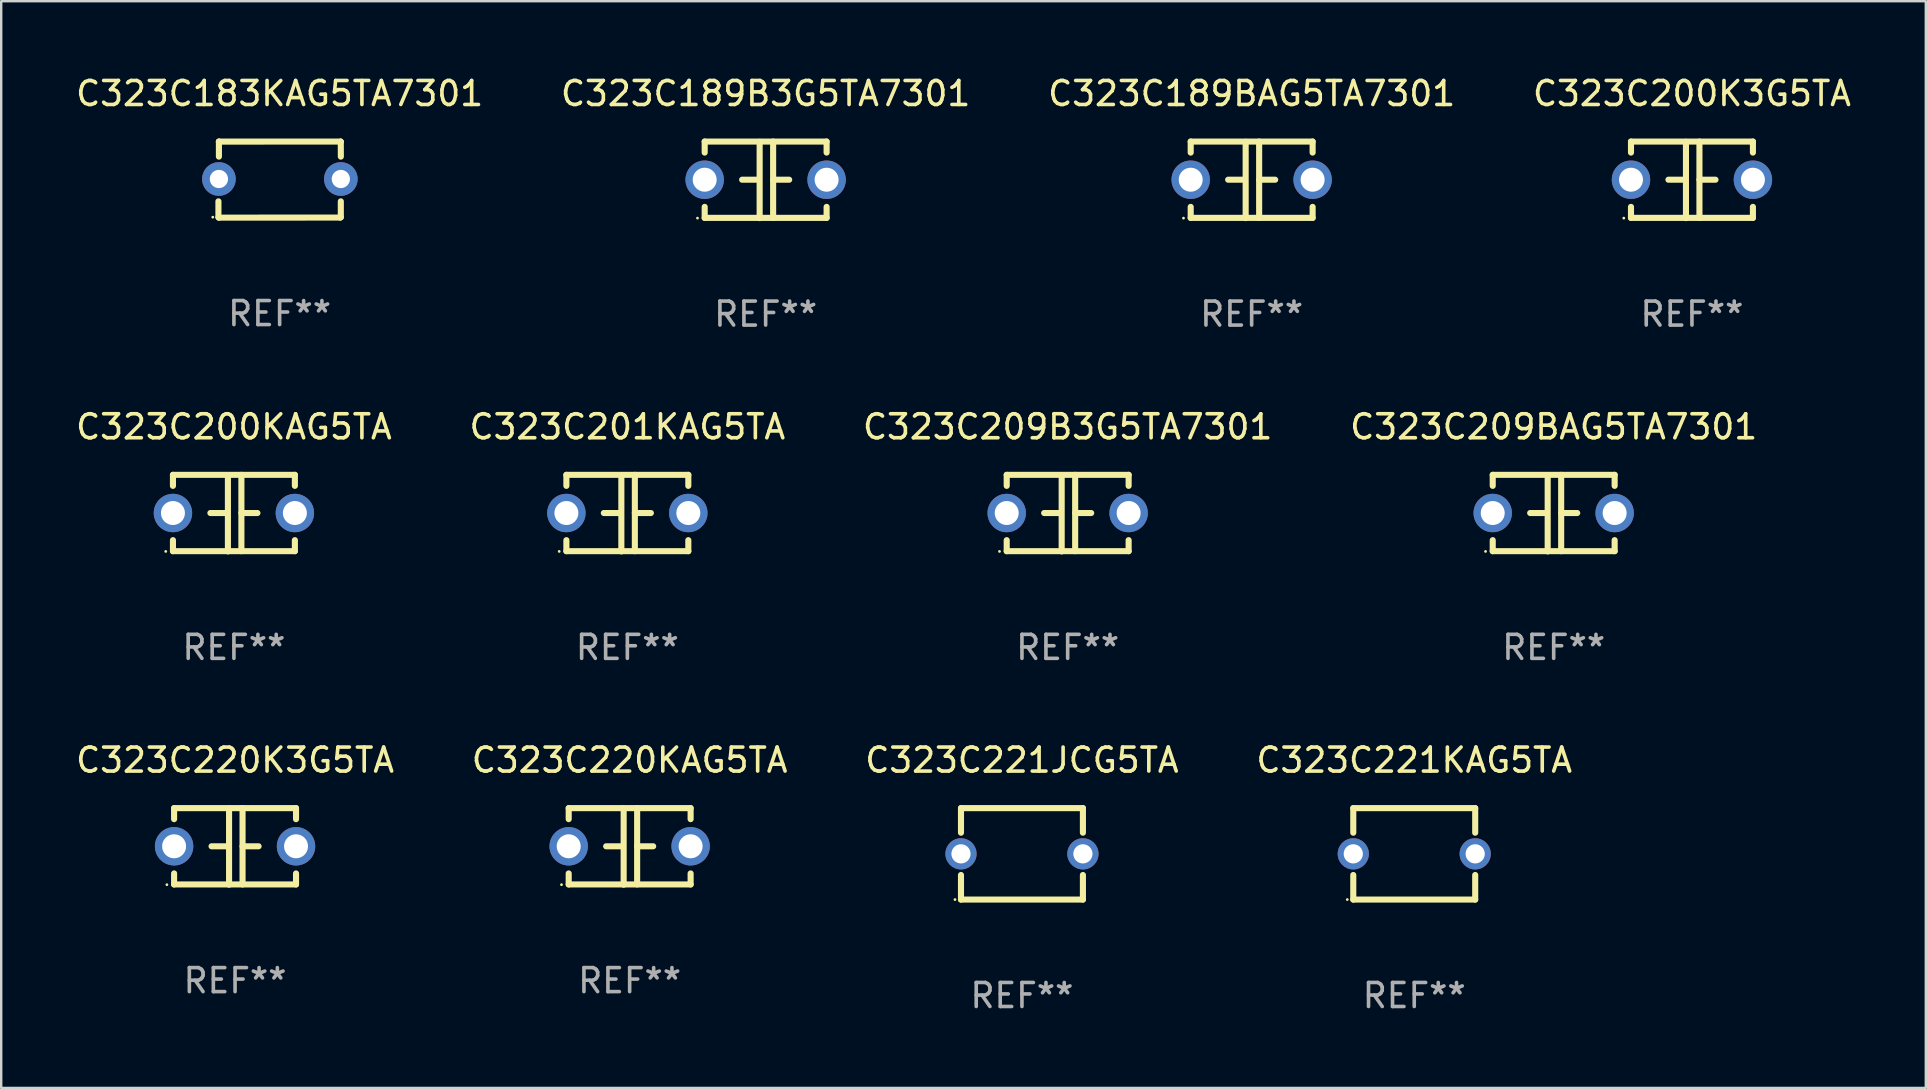
<source format=kicad_pcb>
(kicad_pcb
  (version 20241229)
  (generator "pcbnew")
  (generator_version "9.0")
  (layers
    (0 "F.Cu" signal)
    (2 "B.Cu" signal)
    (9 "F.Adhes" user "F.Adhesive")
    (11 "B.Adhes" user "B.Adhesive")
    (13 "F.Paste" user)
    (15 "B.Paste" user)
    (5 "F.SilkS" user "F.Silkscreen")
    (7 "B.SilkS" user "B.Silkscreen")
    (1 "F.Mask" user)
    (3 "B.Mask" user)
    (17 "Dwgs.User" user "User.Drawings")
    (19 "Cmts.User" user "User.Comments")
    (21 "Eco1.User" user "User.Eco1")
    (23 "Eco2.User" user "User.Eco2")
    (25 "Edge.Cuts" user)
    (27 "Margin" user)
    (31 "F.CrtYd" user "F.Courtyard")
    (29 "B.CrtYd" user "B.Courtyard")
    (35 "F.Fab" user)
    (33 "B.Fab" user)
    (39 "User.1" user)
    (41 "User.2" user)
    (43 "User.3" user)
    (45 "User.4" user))
  (footprint "C323C189BAG5TA7301"
    (layer "F.Cu")
    (at 49.101 4.443)
    (property "Reference" "C323C189BAG5TA7301" (at 0 -3.595 0) (layer "F.SilkS") (effects (font (size 1 1) (thickness 0.15))))
    (attr through_hole)
    (fp_line (start -2.54 -1.595) (end -2.54 -1.136) (stroke (width 0.254) (type solid)) (layer "F.SilkS"))
    (fp_line (start -2.54 -1.595) (end 2.54 -1.595) (stroke (width 0.254) (type solid)) (layer "F.SilkS"))
    (fp_line (start -2.54 1.126) (end -2.54 1.585) (stroke (width 0.254) (type solid)) (layer "F.SilkS"))
    (fp_line (start -0.312 -0.005) (end -0.98 -0.005) (stroke (width 0.254) (type solid)) (layer "F.SilkS"))
    (fp_line (start -0.25 -1.585) (end -0.25 1.595) (stroke (width 0.254) (type solid)) (layer "F.SilkS"))
    (fp_line (start 0.312 -1.595) (end 0.312 1.585) (stroke (width 0.254) (type solid)) (layer "F.SilkS"))
    (fp_line (start 0.312 -0.005) (end 0.98 -0.005) (stroke (width 0.254) (type solid)) (layer "F.SilkS"))
    (fp_line (start 2.54 -1.595) (end 2.54 -1.136) (stroke (width 0.254) (type solid)) (layer "F.SilkS"))
    (fp_line (start 2.54 1.126) (end 2.54 1.585) (stroke (width 0.254) (type solid)) (layer "F.SilkS"))
    (fp_line (start 2.54 1.585) (end -2.54 1.585) (stroke (width 0.254) (type solid)) (layer "F.SilkS"))
    (fp_circle (center -2.84 1.595) (end -2.81 1.595) (stroke (width 0.06) (type solid)) (fill no) (layer "F.SilkS"))
    (fp_text user "REF**" (at 0 5.595 0) (layer "F.Fab") (effects (font (size 1 1) (thickness 0.15))))
    (pad "1" thru_hole circle (at -2.54 -0.005) (size 1.6 1.6) (drill 1) (layers "*.Cu" "*.Mask"))
    (pad "2" thru_hole circle (at 2.54 -0.005) (size 1.6 1.6) (drill 1) (layers "*.Cu" "*.Mask")))
  (footprint "C323C209BAG5TA7301"
    (layer "F.Cu")
    (at 61.685 18.33)
    (property "Reference" "C323C209BAG5TA7301" (at 0 -3.595 0) (layer "F.SilkS") (effects (font (size 1 1) (thickness 0.15))))
    (attr through_hole)
    (fp_line (start -2.54 -1.595) (end -2.54 -1.136) (stroke (width 0.254) (type solid)) (layer "F.SilkS"))
    (fp_line (start -2.54 -1.595) (end 2.54 -1.595) (stroke (width 0.254) (type solid)) (layer "F.SilkS"))
    (fp_line (start -2.54 1.126) (end -2.54 1.585) (stroke (width 0.254) (type solid)) (layer "F.SilkS"))
    (fp_line (start -0.312 -0.005) (end -0.98 -0.005) (stroke (width 0.254) (type solid)) (layer "F.SilkS"))
    (fp_line (start -0.25 -1.585) (end -0.25 1.595) (stroke (width 0.254) (type solid)) (layer "F.SilkS"))
    (fp_line (start 0.312 -1.595) (end 0.312 1.585) (stroke (width 0.254) (type solid)) (layer "F.SilkS"))
    (fp_line (start 0.312 -0.005) (end 0.98 -0.005) (stroke (width 0.254) (type solid)) (layer "F.SilkS"))
    (fp_line (start 2.54 -1.595) (end 2.54 -1.136) (stroke (width 0.254) (type solid)) (layer "F.SilkS"))
    (fp_line (start 2.54 1.126) (end 2.54 1.585) (stroke (width 0.254) (type solid)) (layer "F.SilkS"))
    (fp_line (start 2.54 1.585) (end -2.54 1.585) (stroke (width 0.254) (type solid)) (layer "F.SilkS"))
    (fp_circle (center -2.84 1.595) (end -2.81 1.595) (stroke (width 0.06) (type solid)) (fill no) (layer "F.SilkS"))
    (fp_text user "REF**" (at 0 5.595 0) (layer "F.Fab") (effects (font (size 1 1) (thickness 0.15))))
    (pad "1" thru_hole circle (at -2.54 -0.005) (size 1.6 1.6) (drill 1) (layers "*.Cu" "*.Mask"))
    (pad "2" thru_hole circle (at 2.54 -0.005) (size 1.6 1.6) (drill 1) (layers "*.Cu" "*.Mask")))
  (footprint "C323C220KAG5TA"
    (layer "F.Cu")
    (at 23.185 32.216)
    (property "Reference" "C323C220KAG5TA" (at 0 -3.595 0) (layer "F.SilkS") (effects (font (size 1 1) (thickness 0.15))))
    (attr through_hole)
    (fp_line (start -2.54 -1.595) (end -2.54 -1.136) (stroke (width 0.254) (type solid)) (layer "F.SilkS"))
    (fp_line (start -2.54 -1.595) (end 2.54 -1.595) (stroke (width 0.254) (type solid)) (layer "F.SilkS"))
    (fp_line (start -2.54 1.126) (end -2.54 1.585) (stroke (width 0.254) (type solid)) (layer "F.SilkS"))
    (fp_line (start -0.312 -0.005) (end -0.98 -0.005) (stroke (width 0.254) (type solid)) (layer "F.SilkS"))
    (fp_line (start -0.25 -1.585) (end -0.25 1.595) (stroke (width 0.254) (type solid)) (layer "F.SilkS"))
    (fp_line (start 0.312 -1.595) (end 0.312 1.585) (stroke (width 0.254) (type solid)) (layer "F.SilkS"))
    (fp_line (start 0.312 -0.005) (end 0.98 -0.005) (stroke (width 0.254) (type solid)) (layer "F.SilkS"))
    (fp_line (start 2.54 -1.595) (end 2.54 -1.136) (stroke (width 0.254) (type solid)) (layer "F.SilkS"))
    (fp_line (start 2.54 1.126) (end 2.54 1.585) (stroke (width 0.254) (type solid)) (layer "F.SilkS"))
    (fp_line (start 2.54 1.585) (end -2.54 1.585) (stroke (width 0.254) (type solid)) (layer "F.SilkS"))
    (fp_circle (center -2.84 1.595) (end -2.81 1.595) (stroke (width 0.06) (type solid)) (fill no) (layer "F.SilkS"))
    (fp_text user "REF**" (at 0 5.595 0) (layer "F.Fab") (effects (font (size 1 1) (thickness 0.15))))
    (pad "1" thru_hole circle (at -2.54 -0.005) (size 1.6 1.6) (drill 1) (layers "*.Cu" "*.Mask"))
    (pad "2" thru_hole circle (at 2.54 -0.005) (size 1.6 1.6) (drill 1) (layers "*.Cu" "*.Mask")))
  (footprint "C323C221KAG5TA"
    (layer "F.Cu")
    (at 55.875 32.526)
    (property "Reference" "C323C221KAG5TA" (at 0 -3.905 0) (layer "F.SilkS") (effects (font (size 1 1) (thickness 0.15))))
    (attr through_hole)
    (fp_line (start -2.54 -1.905) (end -2.54 -0.881) (stroke (width 0.254) (type solid)) (layer "F.SilkS"))
    (fp_line (start -2.54 0.881) (end -2.54 1.905) (stroke (width 0.254) (type solid)) (layer "F.SilkS"))
    (fp_line (start -2.54 1.905) (end 2.54 1.905) (stroke (width 0.254) (type solid)) (layer "F.SilkS"))
    (fp_line (start 2.54 -1.905) (end -2.54 -1.905) (stroke (width 0.254) (type solid)) (layer "F.SilkS"))
    (fp_line (start 2.54 -0.881) (end 2.54 -1.905) (stroke (width 0.254) (type solid)) (layer "F.SilkS"))
    (fp_line (start 2.54 1.905) (end 2.54 0.881) (stroke (width 0.254) (type solid)) (layer "F.SilkS"))
    (fp_circle (center -2.79 1.905) (end -2.76 1.905) (stroke (width 0.06) (type solid)) (fill no) (layer "F.SilkS"))
    (fp_text user "REF**" (at 0 5.905 0) (layer "F.Fab") (effects (font (size 1 1) (thickness 0.15))))
    (pad "1" thru_hole circle (at -2.54 0) (size 1.3 1.3) (drill 0.8) (layers "*.Cu" "*.Mask"))
    (pad "2" thru_hole circle (at 2.54 0) (size 1.3 1.3) (drill 0.8) (layers "*.Cu" "*.Mask")))
  (footprint "C323C200KAG5TA"
    (layer "F.Cu")
    (at 6.696 18.33)
    (property "Reference" "C323C200KAG5TA" (at 0 -3.595 0) (layer "F.SilkS") (effects (font (size 1 1) (thickness 0.15))))
    (attr through_hole)
    (fp_line (start -2.54 -1.595) (end -2.54 -1.136) (stroke (width 0.254) (type solid)) (layer "F.SilkS"))
    (fp_line (start -2.54 -1.595) (end 2.54 -1.595) (stroke (width 0.254) (type solid)) (layer "F.SilkS"))
    (fp_line (start -2.54 1.126) (end -2.54 1.585) (stroke (width 0.254) (type solid)) (layer "F.SilkS"))
    (fp_line (start -0.312 -0.005) (end -0.98 -0.005) (stroke (width 0.254) (type solid)) (layer "F.SilkS"))
    (fp_line (start -0.25 -1.585) (end -0.25 1.595) (stroke (width 0.254) (type solid)) (layer "F.SilkS"))
    (fp_line (start 0.312 -1.595) (end 0.312 1.585) (stroke (width 0.254) (type solid)) (layer "F.SilkS"))
    (fp_line (start 0.312 -0.005) (end 0.98 -0.005) (stroke (width 0.254) (type solid)) (layer "F.SilkS"))
    (fp_line (start 2.54 -1.595) (end 2.54 -1.136) (stroke (width 0.254) (type solid)) (layer "F.SilkS"))
    (fp_line (start 2.54 1.126) (end 2.54 1.585) (stroke (width 0.254) (type solid)) (layer "F.SilkS"))
    (fp_line (start 2.54 1.585) (end -2.54 1.585) (stroke (width 0.254) (type solid)) (layer "F.SilkS"))
    (fp_circle (center -2.84 1.595) (end -2.81 1.595) (stroke (width 0.06) (type solid)) (fill no) (layer "F.SilkS"))
    (fp_text user "REF**" (at 0 5.595 0) (layer "F.Fab") (effects (font (size 1 1) (thickness 0.15))))
    (pad "1" thru_hole circle (at -2.54 -0.005) (size 1.6 1.6) (drill 1) (layers "*.Cu" "*.Mask"))
    (pad "2" thru_hole circle (at 2.54 -0.005) (size 1.6 1.6) (drill 1) (layers "*.Cu" "*.Mask")))
  (footprint "C323C220K3G5TA"
    (layer "F.Cu")
    (at 6.744 32.216)
    (property "Reference" "C323C220K3G5TA" (at 0 -3.595 0) (layer "F.SilkS") (effects (font (size 1 1) (thickness 0.15))))
    (attr through_hole)
    (fp_line (start -2.54 -1.595) (end -2.54 -1.136) (stroke (width 0.254) (type solid)) (layer "F.SilkS"))
    (fp_line (start -2.54 -1.595) (end 2.54 -1.595) (stroke (width 0.254) (type solid)) (layer "F.SilkS"))
    (fp_line (start -2.54 1.126) (end -2.54 1.585) (stroke (width 0.254) (type solid)) (layer "F.SilkS"))
    (fp_line (start -0.312 -0.005) (end -0.98 -0.005) (stroke (width 0.254) (type solid)) (layer "F.SilkS"))
    (fp_line (start -0.25 -1.585) (end -0.25 1.595) (stroke (width 0.254) (type solid)) (layer "F.SilkS"))
    (fp_line (start 0.312 -1.595) (end 0.312 1.585) (stroke (width 0.254) (type solid)) (layer "F.SilkS"))
    (fp_line (start 0.312 -0.005) (end 0.98 -0.005) (stroke (width 0.254) (type solid)) (layer "F.SilkS"))
    (fp_line (start 2.54 -1.595) (end 2.54 -1.136) (stroke (width 0.254) (type solid)) (layer "F.SilkS"))
    (fp_line (start 2.54 1.126) (end 2.54 1.585) (stroke (width 0.254) (type solid)) (layer "F.SilkS"))
    (fp_line (start 2.54 1.585) (end -2.54 1.585) (stroke (width 0.254) (type solid)) (layer "F.SilkS"))
    (fp_circle (center -2.84 1.595) (end -2.81 1.595) (stroke (width 0.06) (type solid)) (fill no) (layer "F.SilkS"))
    (fp_text user "REF**" (at 0 5.595 0) (layer "F.Fab") (effects (font (size 1 1) (thickness 0.15))))
    (pad "1" thru_hole circle (at -2.54 -0.005) (size 1.6 1.6) (drill 1) (layers "*.Cu" "*.Mask"))
    (pad "2" thru_hole circle (at 2.54 -0.005) (size 1.6 1.6) (drill 1) (layers "*.Cu" "*.Mask")))
  (footprint "C323C189B3G5TA7301"
    (layer "F.Cu")
    (at 28.851 4.443)
    (property "Reference" "C323C189B3G5TA7301" (at 0 -3.595 0) (layer "F.SilkS") (effects (font (size 1 1) (thickness 0.15))))
    (attr through_hole)
    (fp_line (start -2.54 -1.595) (end -2.54 -1.136) (stroke (width 0.254) (type solid)) (layer "F.SilkS"))
    (fp_line (start -2.54 -1.595) (end 2.54 -1.595) (stroke (width 0.254) (type solid)) (layer "F.SilkS"))
    (fp_line (start -2.54 1.126) (end -2.54 1.585) (stroke (width 0.254) (type solid)) (layer "F.SilkS"))
    (fp_line (start -0.312 -0.005) (end -0.98 -0.005) (stroke (width 0.254) (type solid)) (layer "F.SilkS"))
    (fp_line (start -0.25 -1.585) (end -0.25 1.595) (stroke (width 0.254) (type solid)) (layer "F.SilkS"))
    (fp_line (start 0.312 -1.595) (end 0.312 1.585) (stroke (width 0.254) (type solid)) (layer "F.SilkS"))
    (fp_line (start 0.312 -0.005) (end 0.98 -0.005) (stroke (width 0.254) (type solid)) (layer "F.SilkS"))
    (fp_line (start 2.54 -1.595) (end 2.54 -1.136) (stroke (width 0.254) (type solid)) (layer "F.SilkS"))
    (fp_line (start 2.54 1.126) (end 2.54 1.585) (stroke (width 0.254) (type solid)) (layer "F.SilkS"))
    (fp_line (start 2.54 1.585) (end -2.54 1.585) (stroke (width 0.254) (type solid)) (layer "F.SilkS"))
    (fp_circle (center -2.84 1.595) (end -2.81 1.595) (stroke (width 0.06) (type solid)) (fill no) (layer "F.SilkS"))
    (fp_text user "REF**" (at 0 5.595 0) (layer "F.Fab") (effects (font (size 1 1) (thickness 0.15))))
    (pad "1" thru_hole circle (at -2.54 -0.005) (size 1.6 1.6) (drill 1) (layers "*.Cu" "*.Mask"))
    (pad "2" thru_hole circle (at 2.54 -0.005) (size 1.6 1.6) (drill 1) (layers "*.Cu" "*.Mask")))
  (footprint "C323C221JCG5TA"
    (layer "F.Cu")
    (at 39.53 32.526)
    (property "Reference" "C323C221JCG5TA" (at 0 -3.905 0) (layer "F.SilkS") (effects (font (size 1 1) (thickness 0.15))))
    (attr through_hole)
    (fp_line (start -2.54 -1.905) (end -2.54 -0.881) (stroke (width 0.254) (type solid)) (layer "F.SilkS"))
    (fp_line (start -2.54 0.881) (end -2.54 1.905) (stroke (width 0.254) (type solid)) (layer "F.SilkS"))
    (fp_line (start -2.54 1.905) (end 2.54 1.905) (stroke (width 0.254) (type solid)) (layer "F.SilkS"))
    (fp_line (start 2.54 -1.905) (end -2.54 -1.905) (stroke (width 0.254) (type solid)) (layer "F.SilkS"))
    (fp_line (start 2.54 -0.881) (end 2.54 -1.905) (stroke (width 0.254) (type solid)) (layer "F.SilkS"))
    (fp_line (start 2.54 1.905) (end 2.54 0.881) (stroke (width 0.254) (type solid)) (layer "F.SilkS"))
    (fp_circle (center -2.79 1.905) (end -2.76 1.905) (stroke (width 0.06) (type solid)) (fill no) (layer "F.SilkS"))
    (fp_text user "REF**" (at 0 5.905 0) (layer "F.Fab") (effects (font (size 1 1) (thickness 0.15))))
    (pad "1" thru_hole circle (at -2.54 0) (size 1.3 1.3) (drill 0.8) (layers "*.Cu" "*.Mask"))
    (pad "2" thru_hole circle (at 2.54 0) (size 1.3 1.3) (drill 0.8) (layers "*.Cu" "*.Mask")))
  (footprint "C323C209B3G5TA7301"
    (layer "F.Cu")
    (at 41.435 18.33)
    (property "Reference" "C323C209B3G5TA7301" (at 0 -3.595 0) (layer "F.SilkS") (effects (font (size 1 1) (thickness 0.15))))
    (attr through_hole)
    (fp_line (start -2.54 -1.595) (end -2.54 -1.136) (stroke (width 0.254) (type solid)) (layer "F.SilkS"))
    (fp_line (start -2.54 -1.595) (end 2.54 -1.595) (stroke (width 0.254) (type solid)) (layer "F.SilkS"))
    (fp_line (start -2.54 1.126) (end -2.54 1.585) (stroke (width 0.254) (type solid)) (layer "F.SilkS"))
    (fp_line (start -0.312 -0.005) (end -0.98 -0.005) (stroke (width 0.254) (type solid)) (layer "F.SilkS"))
    (fp_line (start -0.25 -1.585) (end -0.25 1.595) (stroke (width 0.254) (type solid)) (layer "F.SilkS"))
    (fp_line (start 0.312 -1.595) (end 0.312 1.585) (stroke (width 0.254) (type solid)) (layer "F.SilkS"))
    (fp_line (start 0.312 -0.005) (end 0.98 -0.005) (stroke (width 0.254) (type solid)) (layer "F.SilkS"))
    (fp_line (start 2.54 -1.595) (end 2.54 -1.136) (stroke (width 0.254) (type solid)) (layer "F.SilkS"))
    (fp_line (start 2.54 1.126) (end 2.54 1.585) (stroke (width 0.254) (type solid)) (layer "F.SilkS"))
    (fp_line (start 2.54 1.585) (end -2.54 1.585) (stroke (width 0.254) (type solid)) (layer "F.SilkS"))
    (fp_circle (center -2.84 1.595) (end -2.81 1.595) (stroke (width 0.06) (type solid)) (fill no) (layer "F.SilkS"))
    (fp_text user "REF**" (at 0 5.595 0) (layer "F.Fab") (effects (font (size 1 1) (thickness 0.15))))
    (pad "1" thru_hole circle (at -2.54 -0.005) (size 1.6 1.6) (drill 1) (layers "*.Cu" "*.Mask"))
    (pad "2" thru_hole circle (at 2.54 -0.005) (size 1.6 1.6) (drill 1) (layers "*.Cu" "*.Mask")))
  (footprint "C323C200K3G5TA"
    (layer "F.Cu")
    (at 67.446 4.443)
    (property "Reference" "C323C200K3G5TA" (at 0 -3.595 0) (layer "F.SilkS") (effects (font (size 1 1) (thickness 0.15))))
    (attr through_hole)
    (fp_line (start -2.54 -1.595) (end -2.54 -1.136) (stroke (width 0.254) (type solid)) (layer "F.SilkS"))
    (fp_line (start -2.54 -1.595) (end 2.54 -1.595) (stroke (width 0.254) (type solid)) (layer "F.SilkS"))
    (fp_line (start -2.54 1.126) (end -2.54 1.585) (stroke (width 0.254) (type solid)) (layer "F.SilkS"))
    (fp_line (start -0.312 -0.005) (end -0.98 -0.005) (stroke (width 0.254) (type solid)) (layer "F.SilkS"))
    (fp_line (start -0.25 -1.585) (end -0.25 1.595) (stroke (width 0.254) (type solid)) (layer "F.SilkS"))
    (fp_line (start 0.312 -1.595) (end 0.312 1.585) (stroke (width 0.254) (type solid)) (layer "F.SilkS"))
    (fp_line (start 0.312 -0.005) (end 0.98 -0.005) (stroke (width 0.254) (type solid)) (layer "F.SilkS"))
    (fp_line (start 2.54 -1.595) (end 2.54 -1.136) (stroke (width 0.254) (type solid)) (layer "F.SilkS"))
    (fp_line (start 2.54 1.126) (end 2.54 1.585) (stroke (width 0.254) (type solid)) (layer "F.SilkS"))
    (fp_line (start 2.54 1.585) (end -2.54 1.585) (stroke (width 0.254) (type solid)) (layer "F.SilkS"))
    (fp_circle (center -2.84 1.595) (end -2.81 1.595) (stroke (width 0.06) (type solid)) (fill no) (layer "F.SilkS"))
    (fp_text user "REF**" (at 0 5.595 0) (layer "F.Fab") (effects (font (size 1 1) (thickness 0.15))))
    (pad "1" thru_hole circle (at -2.54 -0.005) (size 1.6 1.6) (drill 1) (layers "*.Cu" "*.Mask"))
    (pad "2" thru_hole circle (at 2.54 -0.005) (size 1.6 1.6) (drill 1) (layers "*.Cu" "*.Mask")))
  (footprint "C323C201KAG5TA"
    (layer "F.Cu")
    (at 23.089 18.33)
    (property "Reference" "C323C201KAG5TA" (at 0 -3.595 0) (layer "F.SilkS") (effects (font (size 1 1) (thickness 0.15))))
    (attr through_hole)
    (fp_line (start -2.54 -1.595) (end -2.54 -1.136) (stroke (width 0.254) (type solid)) (layer "F.SilkS"))
    (fp_line (start -2.54 -1.595) (end 2.54 -1.595) (stroke (width 0.254) (type solid)) (layer "F.SilkS"))
    (fp_line (start -2.54 1.126) (end -2.54 1.585) (stroke (width 0.254) (type solid)) (layer "F.SilkS"))
    (fp_line (start -0.312 -0.005) (end -0.98 -0.005) (stroke (width 0.254) (type solid)) (layer "F.SilkS"))
    (fp_line (start -0.25 -1.585) (end -0.25 1.595) (stroke (width 0.254) (type solid)) (layer "F.SilkS"))
    (fp_line (start 0.312 -1.595) (end 0.312 1.585) (stroke (width 0.254) (type solid)) (layer "F.SilkS"))
    (fp_line (start 0.312 -0.005) (end 0.98 -0.005) (stroke (width 0.254) (type solid)) (layer "F.SilkS"))
    (fp_line (start 2.54 -1.595) (end 2.54 -1.136) (stroke (width 0.254) (type solid)) (layer "F.SilkS"))
    (fp_line (start 2.54 1.126) (end 2.54 1.585) (stroke (width 0.254) (type solid)) (layer "F.SilkS"))
    (fp_line (start 2.54 1.585) (end -2.54 1.585) (stroke (width 0.254) (type solid)) (layer "F.SilkS"))
    (fp_circle (center -2.84 1.595) (end -2.81 1.595) (stroke (width 0.06) (type solid)) (fill no) (layer "F.SilkS"))
    (fp_text user "REF**" (at 0 5.595 0) (layer "F.Fab") (effects (font (size 1 1) (thickness 0.15))))
    (pad "1" thru_hole circle (at -2.54 -0.005) (size 1.6 1.6) (drill 1) (layers "*.Cu" "*.Mask"))
    (pad "2" thru_hole circle (at 2.54 -0.005) (size 1.6 1.6) (drill 1) (layers "*.Cu" "*.Mask")))
  (footprint "C323C183KAG5TA7301"
    (layer "F.Cu")
    (at 8.601 4.433)
    (property "Reference" "C323C183KAG5TA7301" (at 0 -3.585 0) (layer "F.SilkS") (effects (font (size 1 1) (thickness 0.15))))
    (attr through_hole)
    (fp_line (start -2.55 1.566) (end -2.55 0.906) (stroke (width 0.254) (type solid)) (layer "F.SilkS"))
    (fp_line (start -2.531 1.585) (end -2.55 1.566) (stroke (width 0.254) (type solid)) (layer "F.SilkS"))
    (fp_line (start -2.53 -1.577) (end -2.53 -1.577) (stroke (width 0.254) (type solid)) (layer "F.SilkS"))
    (fp_line (start -2.53 -1.577) (end -2.528 -1.583) (stroke (width 0.254) (type solid)) (layer "F.SilkS"))
    (fp_line (start -2.53 -0.957) (end -2.53 -1.577) (stroke (width 0.254) (type solid)) (layer "F.SilkS"))
    (fp_line (start -2.528 -1.583) (end 2.54 -1.585) (stroke (width 0.254) (type solid)) (layer "F.SilkS"))
    (fp_line (start 2.524 1.582) (end -2.531 1.585) (stroke (width 0.254) (type solid)) (layer "F.SilkS"))
    (fp_line (start 2.54 -1.585) (end 2.548 -1.575) (stroke (width 0.254) (type solid)) (layer "F.SilkS"))
    (fp_line (start 2.548 -1.575) (end 2.55 -0.957) (stroke (width 0.254) (type solid)) (layer "F.SilkS"))
    (fp_line (start 2.549 0.906) (end 2.549 1.566) (stroke (width 0.254) (type solid)) (layer "F.SilkS"))
    (fp_line (start 2.549 1.566) (end 2.524 1.582) (stroke (width 0.254) (type solid)) (layer "F.SilkS"))
    (fp_circle (center -2.785 1.565) (end -2.755 1.565) (stroke (width 0.06) (type solid)) (fill no) (layer "F.SilkS"))
    (fp_text user "REF**" (at 0 5.585 0) (layer "F.Fab") (effects (font (size 1 1) (thickness 0.15))))
    (pad "1" thru_hole circle (at -2.53 -0.025) (size 1.4 1.4) (drill 0.76) (layers "*.Cu" "*.Mask"))
    (pad "2" thru_hole circle (at 2.55 -0.025) (size 1.4 1.4) (drill 0.76) (layers "*.Cu" "*.Mask")))
  (gr_rect
    (start -3 -3)
    (end 77.19 42.279)
    (stroke (width 0.1) (type default))
    (fill no)
    (layer "Edge.Cuts")))
</source>
